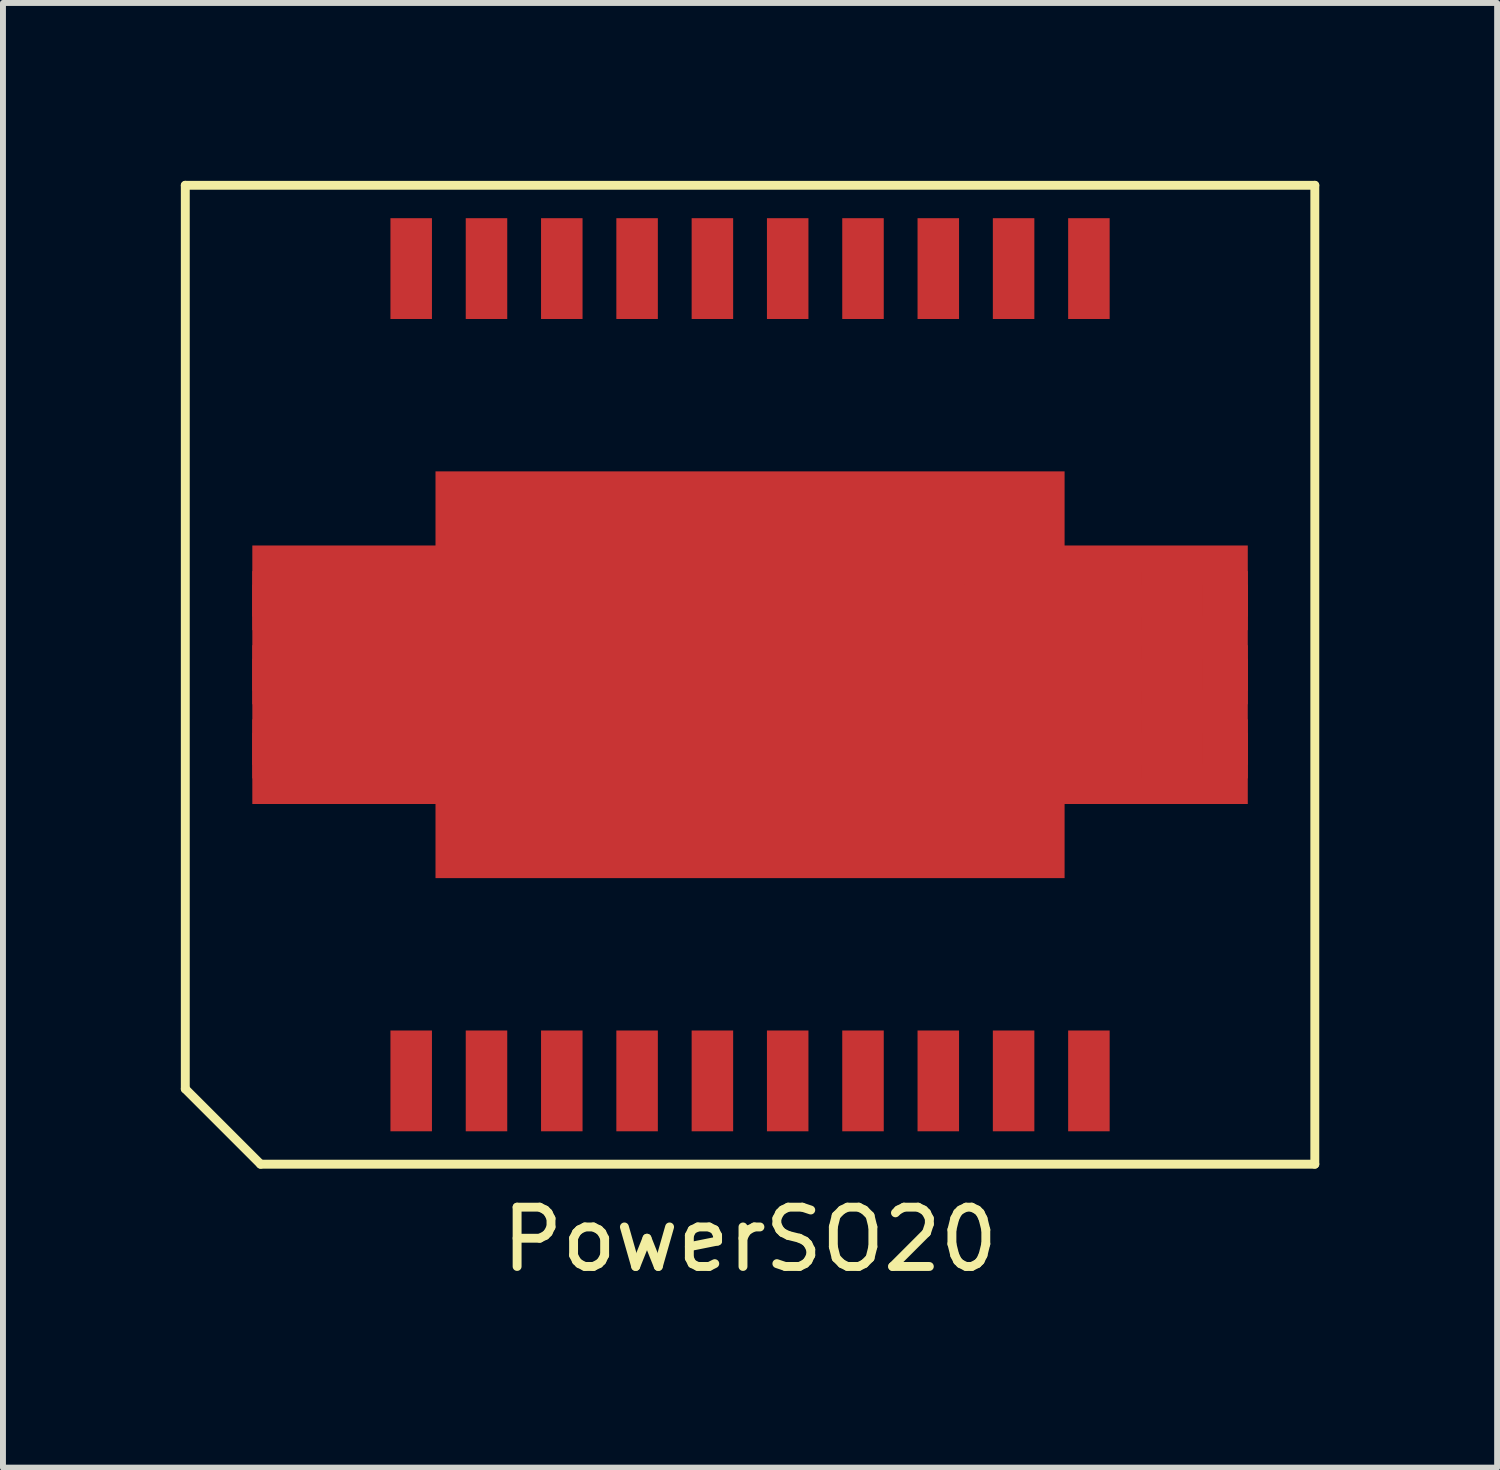
<source format=kicad_pcb>
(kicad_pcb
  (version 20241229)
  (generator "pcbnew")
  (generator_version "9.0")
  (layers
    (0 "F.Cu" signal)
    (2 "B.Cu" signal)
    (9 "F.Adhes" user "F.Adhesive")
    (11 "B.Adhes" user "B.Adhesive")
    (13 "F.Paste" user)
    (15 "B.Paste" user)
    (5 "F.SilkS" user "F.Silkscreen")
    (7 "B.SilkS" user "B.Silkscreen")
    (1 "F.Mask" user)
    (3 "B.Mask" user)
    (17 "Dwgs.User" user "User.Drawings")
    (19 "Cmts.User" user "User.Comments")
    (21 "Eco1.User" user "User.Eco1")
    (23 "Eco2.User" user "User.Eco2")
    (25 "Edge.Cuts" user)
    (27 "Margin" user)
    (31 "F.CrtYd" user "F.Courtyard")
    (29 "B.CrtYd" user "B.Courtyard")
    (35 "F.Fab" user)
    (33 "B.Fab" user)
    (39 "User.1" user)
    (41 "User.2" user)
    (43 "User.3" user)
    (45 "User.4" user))
  (footprint "PowerSO20"
    (layer "F.Cu")
    (at 9.6 8.33)
    (property "Reference" "PowerSO20" (at 0 9.525 0) (layer "F.SilkS") (effects (font (size 1 1) (thickness 0.15))))
    (attr through_hole)
    (fp_line (start -9.525 -8.255) (end 9.525 -8.255) (stroke (width 0.15) (type solid)) (layer "F.SilkS"))
    (fp_line (start -9.525 6.985) (end -9.525 -8.255) (stroke (width 0.15) (type solid)) (layer "F.SilkS"))
    (fp_line (start -8.255 8.255) (end -9.525 6.985) (stroke (width 0.15) (type solid)) (layer "F.SilkS"))
    (fp_line (start 9.525 -8.255) (end 9.525 8.255) (stroke (width 0.15) (type solid)) (layer "F.SilkS"))
    (fp_line (start 9.525 8.255) (end -8.255 8.255) (stroke (width 0.15) (type solid)) (layer "F.SilkS"))
    (pad "1" smd rect (at -5.715 6.85) (size 0.7 1.7) (layers "F.Cu" "F.Mask" "F.Paste"))
    (pad "2" smd rect (at -4.445 6.85) (size 0.7 1.7) (layers "F.Cu" "F.Mask" "F.Paste"))
    (pad "3" smd rect (at -3.175 6.85) (size 0.7 1.7) (layers "F.Cu" "F.Mask" "F.Paste"))
    (pad "4" smd rect (at -1.905 6.85) (size 0.7 1.7) (layers "F.Cu" "F.Mask" "F.Paste"))
    (pad "5" smd rect (at -0.635 6.85) (size 0.7 1.7) (layers "F.Cu" "F.Mask" "F.Paste"))
    (pad "6" smd rect (at 0.635 6.85) (size 0.7 1.7) (layers "F.Cu" "F.Mask" "F.Paste"))
    (pad "7" smd rect (at 1.905 6.85) (size 0.7 1.7) (layers "F.Cu" "F.Mask" "F.Paste"))
    (pad "8" smd rect (at 3.175 6.85) (size 0.7 1.7) (layers "F.Cu" "F.Mask" "F.Paste"))
    (pad "9" smd rect (at 4.445 6.85) (size 0.7 1.7) (layers "F.Cu" "F.Mask" "F.Paste"))
    (pad "10" smd rect (at 5.715 6.85) (size 0.7 1.7) (layers "F.Cu" "F.Mask" "F.Paste"))
    (pad "11" smd rect (at 5.715 -6.85) (size 0.7 1.7) (layers "F.Cu" "F.Mask" "F.Paste"))
    (pad "12" smd rect (at 4.445 -6.85) (size 0.7 1.7) (layers "F.Cu" "F.Mask" "F.Paste"))
    (pad "13" smd rect (at 3.175 -6.85) (size 0.7 1.7) (layers "F.Cu" "F.Mask" "F.Paste"))
    (pad "14" smd rect (at 1.905 -6.85) (size 0.7 1.7) (layers "F.Cu" "F.Mask" "F.Paste"))
    (pad "15" smd rect (at 0.635 -6.85) (size 0.7 1.7) (layers "F.Cu" "F.Mask" "F.Paste"))
    (pad "16" smd rect (at -0.635 -6.85) (size 0.7 1.7) (layers "F.Cu" "F.Mask" "F.Paste"))
    (pad "17" smd rect (at -1.905 -6.85) (size 0.7 1.7) (layers "F.Cu" "F.Mask" "F.Paste"))
    (pad "18" smd rect (at -3.175 -6.85) (size 0.7 1.7) (layers "F.Cu" "F.Mask" "F.Paste"))
    (pad "19" smd rect (at -4.445 -6.85) (size 0.7 1.7) (layers "F.Cu" "F.Mask" "F.Paste"))
    (pad "20" smd rect (at -5.715 -6.85) (size 0.7 1.7) (layers "F.Cu" "F.Mask" "F.Paste"))
    (pad "21" smd rect (at -8.125 -1.25 90) (size 0.996 0.539) (layers "F.Cu" "F.Mask" "F.Paste"))
    (pad "21" smd rect (at -8.125 0 90) (size 0.996 0.539) (layers "F.Cu" "F.Mask" "F.Paste"))
    (pad "21" smd rect (at -8.125 1.25 90) (size 0.996 0.539) (layers "F.Cu" "F.Mask" "F.Paste"))
    (pad "21" smd rect (at -8.011 -1.25) (size 0.767 0.539) (layers "F.Cu" "F.Mask" "F.Paste"))
    (pad "21" smd rect (at -8.011 0) (size 0.767 0.539) (layers "F.Cu" "F.Mask" "F.Paste"))
    (pad "21" smd rect (at -8.011 1.25) (size 0.767 0.539) (layers "F.Cu" "F.Mask" "F.Paste"))
    (pad "21" smd rect (at -6.875 -1.25) (size 0.996 0.539) (layers "F.Cu" "F.Mask" "F.Paste"))
    (pad "21" smd rect (at -6.875 -1.25 90) (size 0.996 0.539) (layers "F.Cu" "F.Mask" "F.Paste"))
    (pad "21" smd rect (at -6.875 0) (size 0.996 0.539) (layers "F.Cu" "F.Mask" "F.Paste"))
    (pad "21" smd rect (at -6.875 0 90) (size 0.996 0.539) (layers "F.Cu" "F.Mask" "F.Paste"))
    (pad "21" smd rect (at -6.875 1.25) (size 0.996 0.539) (layers "F.Cu" "F.Mask" "F.Paste"))
    (pad "21" smd rect (at -6.875 1.25 90) (size 0.996 0.539) (layers "F.Cu" "F.Mask" "F.Paste"))
    (pad "21" smd rect (at -5.625 -1.25 90) (size 0.996 0.539) (layers "F.Cu" "F.Mask" "F.Paste"))
    (pad "21" smd rect (at -5.625 -1.25) (size 0.996 0.539) (layers "F.Cu" "F.Mask" "F.Paste"))
    (pad "21" smd rect (at -5.625 0) (size 0.996 0.539) (layers "F.Cu" "F.Mask" "F.Paste"))
    (pad "21" smd rect (at -5.625 0 90) (size 0.996 0.539) (layers "F.Cu" "F.Mask" "F.Paste"))
    (pad "21" smd rect (at -5.625 1.25 90) (size 0.996 0.539) (layers "F.Cu" "F.Mask" "F.Paste"))
    (pad "21" smd rect (at -5.625 1.25) (size 0.996 0.539) (layers "F.Cu" "F.Mask" "F.Paste"))
    (pad "21" smd rect (at -4.375 -2.5) (size 0.996 0.539) (layers "F.Cu" "F.Mask" "F.Paste"))
    (pad "21" smd rect (at -4.375 -2.5 90) (size 0.996 0.539) (layers "F.Cu" "F.Mask" "F.Paste"))
    (pad "21" smd rect (at -4.375 -1.25) (size 0.996 0.539) (layers "F.Cu" "F.Mask" "F.Paste"))
    (pad "21" smd rect (at -4.375 -1.25 90) (size 0.996 0.539) (layers "F.Cu" "F.Mask" "F.Paste"))
    (pad "21" smd rect (at -4.375 0 90) (size 0.996 0.539) (layers "F.Cu" "F.Mask" "F.Paste"))
    (pad "21" smd rect (at -4.375 0) (size 0.996 0.539) (layers "F.Cu" "F.Mask" "F.Paste"))
    (pad "21" smd rect (at -4.375 1.25) (size 0.996 0.539) (layers "F.Cu" "F.Mask" "F.Paste"))
    (pad "21" smd rect (at -4.375 1.25 90) (size 0.996 0.539) (layers "F.Cu" "F.Mask" "F.Paste"))
    (pad "21" smd rect (at -4.375 2.5 90) (size 0.996 0.539) (layers "F.Cu" "F.Mask" "F.Paste"))
    (pad "21" smd rect (at -4.375 2.5) (size 0.996 0.539) (layers "F.Cu" "F.Mask" "F.Paste"))
    (pad "21" smd rect (at -3.125 -2.5 90) (size 0.996 0.539) (layers "F.Cu" "F.Mask" "F.Paste"))
    (pad "21" smd rect (at -3.125 -2.5) (size 0.996 0.539) (layers "F.Cu" "F.Mask" "F.Paste"))
    (pad "21" smd rect (at -3.125 -1.25) (size 0.996 0.539) (layers "F.Cu" "F.Mask" "F.Paste"))
    (pad "21" smd rect (at -3.125 -1.25 90) (size 0.996 0.539) (layers "F.Cu" "F.Mask" "F.Paste"))
    (pad "21" smd rect (at -3.125 0) (size 0.996 0.539) (layers "F.Cu" "F.Mask" "F.Paste"))
    (pad "21" smd rect (at -3.125 0 90) (size 0.996 0.539) (layers "F.Cu" "F.Mask" "F.Paste"))
    (pad "21" smd rect (at -3.125 1.25) (size 0.996 0.539) (layers "F.Cu" "F.Mask" "F.Paste"))
    (pad "21" smd rect (at -3.125 1.25 90) (size 0.996 0.539) (layers "F.Cu" "F.Mask" "F.Paste"))
    (pad "21" smd rect (at -3.125 2.5 90) (size 0.996 0.539) (layers "F.Cu" "F.Mask" "F.Paste"))
    (pad "21" smd rect (at -3.125 2.5) (size 0.996 0.539) (layers "F.Cu" "F.Mask" "F.Paste"))
    (pad "21" smd rect (at -1.875 -2.5) (size 0.996 0.539) (layers "F.Cu" "F.Mask" "F.Paste"))
    (pad "21" smd rect (at -1.875 -2.5 90) (size 0.996 0.539) (layers "F.Cu" "F.Mask" "F.Paste"))
    (pad "21" smd rect (at -1.875 -1.25) (size 0.996 0.539) (layers "F.Cu" "F.Mask" "F.Paste"))
    (pad "21" smd rect (at -1.875 -1.25 90) (size 0.996 0.539) (layers "F.Cu" "F.Mask" "F.Paste"))
    (pad "21" smd rect (at -1.875 0) (size 0.996 0.539) (layers "F.Cu" "F.Mask" "F.Paste"))
    (pad "21" smd rect (at -1.875 0 90) (size 0.996 0.539) (layers "F.Cu" "F.Mask" "F.Paste"))
    (pad "21" smd rect (at -1.875 1.25) (size 0.996 0.539) (layers "F.Cu" "F.Mask" "F.Paste"))
    (pad "21" smd rect (at -1.875 1.25 90) (size 0.996 0.539) (layers "F.Cu" "F.Mask" "F.Paste"))
    (pad "21" smd rect (at -1.875 2.5) (size 0.996 0.539) (layers "F.Cu" "F.Mask" "F.Paste"))
    (pad "21" smd rect (at -1.875 2.5 90) (size 0.996 0.539) (layers "F.Cu" "F.Mask" "F.Paste"))
    (pad "21" smd rect (at -0.625 -2.5 90) (size 0.996 0.539) (layers "F.Cu" "F.Mask" "F.Paste"))
    (pad "21" smd rect (at -0.625 -2.5) (size 0.996 0.539) (layers "F.Cu" "F.Mask" "F.Paste"))
    (pad "21" smd rect (at -0.625 -1.25 90) (size 0.996 0.539) (layers "F.Cu" "F.Mask" "F.Paste"))
    (pad "21" smd rect (at -0.625 -1.25) (size 0.996 0.539) (layers "F.Cu" "F.Mask" "F.Paste"))
    (pad "21" smd rect (at -0.625 0 90) (size 0.996 0.539) (layers "F.Cu" "F.Mask" "F.Paste"))
    (pad "21" smd rect (at -0.625 0) (size 0.996 0.539) (layers "F.Cu" "F.Mask" "F.Paste"))
    (pad "21" smd rect (at -0.625 1.25 90) (size 0.996 0.539) (layers "F.Cu" "F.Mask" "F.Paste"))
    (pad "21" smd rect (at -0.625 1.25) (size 0.996 0.539) (layers "F.Cu" "F.Mask" "F.Paste"))
    (pad "21" smd rect (at -0.625 2.5 90) (size 0.996 0.539) (layers "F.Cu" "F.Mask" "F.Paste"))
    (pad "21" smd rect (at -0.625 2.5) (size 0.996 0.539) (layers "F.Cu" "F.Mask" "F.Paste"))
    (pad "21" smd rect (at 0 0) (size 10.61 6.86) (layers "F.Cu"))
    (pad "21" smd rect (at 0 0) (size 16.789 4.36) (layers "F.Cu"))
    (pad "21" smd rect (at 0.625 -2.5) (size 0.996 0.539) (layers "F.Cu" "F.Mask" "F.Paste"))
    (pad "21" smd rect (at 0.625 -2.5 90) (size 0.996 0.539) (layers "F.Cu" "F.Mask" "F.Paste"))
    (pad "21" smd rect (at 0.625 -1.25) (size 0.996 0.539) (layers "F.Cu" "F.Mask" "F.Paste"))
    (pad "21" smd rect (at 0.625 -1.25 90) (size 0.996 0.539) (layers "F.Cu" "F.Mask" "F.Paste"))
    (pad "21" smd rect (at 0.625 0 90) (size 0.996 0.539) (layers "F.Cu" "F.Mask" "F.Paste"))
    (pad "21" smd rect (at 0.625 0) (size 0.996 0.539) (layers "F.Cu" "F.Mask" "F.Paste"))
    (pad "21" smd rect (at 0.625 1.25 90) (size 0.996 0.539) (layers "F.Cu" "F.Mask" "F.Paste"))
    (pad "21" smd rect (at 0.625 1.25) (size 0.996 0.539) (layers "F.Cu" "F.Mask" "F.Paste"))
    (pad "21" smd rect (at 0.625 2.5) (size 0.996 0.539) (layers "F.Cu" "F.Mask" "F.Paste"))
    (pad "21" smd rect (at 0.625 2.5 90) (size 0.996 0.539) (layers "F.Cu" "F.Mask" "F.Paste"))
    (pad "21" smd rect (at 1.875 -2.5 90) (size 0.996 0.539) (layers "F.Cu" "F.Mask" "F.Paste"))
    (pad "21" smd rect (at 1.875 -2.5) (size 0.996 0.539) (layers "F.Cu" "F.Mask" "F.Paste"))
    (pad "21" smd rect (at 1.875 -1.25) (size 0.996 0.539) (layers "F.Cu" "F.Mask" "F.Paste"))
    (pad "21" smd rect (at 1.875 -1.25 90) (size 0.996 0.539) (layers "F.Cu" "F.Mask" "F.Paste"))
    (pad "21" smd rect (at 1.875 0 90) (size 0.996 0.539) (layers "F.Cu" "F.Mask" "F.Paste"))
    (pad "21" smd rect (at 1.875 0) (size 0.996 0.539) (layers "F.Cu" "F.Mask" "F.Paste"))
    (pad "21" smd rect (at 1.875 1.25) (size 0.996 0.539) (layers "F.Cu" "F.Mask" "F.Paste"))
    (pad "21" smd rect (at 1.875 1.25 90) (size 0.996 0.539) (layers "F.Cu" "F.Mask" "F.Paste"))
    (pad "21" smd rect (at 1.875 2.5 90) (size 0.996 0.539) (layers "F.Cu" "F.Mask" "F.Paste"))
    (pad "21" smd rect (at 1.875 2.5) (size 0.996 0.539) (layers "F.Cu" "F.Mask" "F.Paste"))
    (pad "21" smd rect (at 3.125 -2.5 90) (size 0.996 0.539) (layers "F.Cu" "F.Mask" "F.Paste"))
    (pad "21" smd rect (at 3.125 -2.5) (size 0.996 0.539) (layers "F.Cu" "F.Mask" "F.Paste"))
    (pad "21" smd rect (at 3.125 -1.25) (size 0.996 0.539) (layers "F.Cu" "F.Mask" "F.Paste"))
    (pad "21" smd rect (at 3.125 -1.25 90) (size 0.996 0.539) (layers "F.Cu" "F.Mask" "F.Paste"))
    (pad "21" smd rect (at 3.125 0) (size 0.996 0.539) (layers "F.Cu" "F.Mask" "F.Paste"))
    (pad "21" smd rect (at 3.125 0 90) (size 0.996 0.539) (layers "F.Cu" "F.Mask" "F.Paste"))
    (pad "21" smd rect (at 3.125 1.25 90) (size 0.996 0.539) (layers "F.Cu" "F.Mask" "F.Paste"))
    (pad "21" smd rect (at 3.125 1.25) (size 0.996 0.539) (layers "F.Cu" "F.Mask" "F.Paste"))
    (pad "21" smd rect (at 3.125 2.5 90) (size 0.996 0.539) (layers "F.Cu" "F.Mask" "F.Paste"))
    (pad "21" smd rect (at 3.125 2.5) (size 0.996 0.539) (layers "F.Cu" "F.Mask" "F.Paste"))
    (pad "21" smd rect (at 4.375 -2.5 90) (size 0.996 0.539) (layers "F.Cu" "F.Mask" "F.Paste"))
    (pad "21" smd rect (at 4.375 -2.5) (size 0.996 0.539) (layers "F.Cu" "F.Mask" "F.Paste"))
    (pad "21" smd rect (at 4.375 -1.25 90) (size 0.996 0.539) (layers "F.Cu" "F.Mask" "F.Paste"))
    (pad "21" smd rect (at 4.375 -1.25) (size 0.996 0.539) (layers "F.Cu" "F.Mask" "F.Paste"))
    (pad "21" smd rect (at 4.375 0) (size 0.996 0.539) (layers "F.Cu" "F.Mask" "F.Paste"))
    (pad "21" smd rect (at 4.375 0 90) (size 0.996 0.539) (layers "F.Cu" "F.Mask" "F.Paste"))
    (pad "21" smd rect (at 4.375 1.25 90) (size 0.996 0.539) (layers "F.Cu" "F.Mask" "F.Paste"))
    (pad "21" smd rect (at 4.375 1.25) (size 0.996 0.539) (layers "F.Cu" "F.Mask" "F.Paste"))
    (pad "21" smd rect (at 4.375 2.5 90) (size 0.996 0.539) (layers "F.Cu" "F.Mask" "F.Paste"))
    (pad "21" smd rect (at 4.375 2.5) (size 0.996 0.539) (layers "F.Cu" "F.Mask" "F.Paste"))
    (pad "21" smd rect (at 5.625 -1.25) (size 0.996 0.539) (layers "F.Cu" "F.Mask" "F.Paste"))
    (pad "21" smd rect (at 5.625 -1.25 90) (size 0.996 0.539) (layers "F.Cu" "F.Mask" "F.Paste"))
    (pad "21" smd rect (at 5.625 0 90) (size 0.996 0.539) (layers "F.Cu" "F.Mask" "F.Paste"))
    (pad "21" smd rect (at 5.625 0) (size 0.996 0.539) (layers "F.Cu" "F.Mask" "F.Paste"))
    (pad "21" smd rect (at 5.625 1.25) (size 0.996 0.539) (layers "F.Cu" "F.Mask" "F.Paste"))
    (pad "21" smd rect (at 5.625 1.25 90) (size 0.996 0.539) (layers "F.Cu" "F.Mask" "F.Paste"))
    (pad "21" smd rect (at 6.875 -1.25 90) (size 0.996 0.539) (layers "F.Cu" "F.Mask" "F.Paste"))
    (pad "21" smd rect (at 6.875 -1.25) (size 0.996 0.539) (layers "F.Cu" "F.Mask" "F.Paste"))
    (pad "21" smd rect (at 6.875 0 90) (size 0.996 0.539) (layers "F.Cu" "F.Mask" "F.Paste"))
    (pad "21" smd rect (at 6.875 0) (size 0.996 0.539) (layers "F.Cu" "F.Mask" "F.Paste"))
    (pad "21" smd rect (at 6.875 1.25 90) (size 0.996 0.539) (layers "F.Cu" "F.Mask" "F.Paste"))
    (pad "21" smd rect (at 6.875 1.25) (size 0.996 0.539) (layers "F.Cu" "F.Mask" "F.Paste"))
    (pad "21" smd rect (at 8.011 -1.25) (size 0.767 0.539) (layers "F.Cu" "F.Mask" "F.Paste"))
    (pad "21" smd rect (at 8.011 0) (size 0.767 0.539) (layers "F.Cu" "F.Mask" "F.Paste"))
    (pad "21" smd rect (at 8.011 1.25) (size 0.767 0.539) (layers "F.Cu" "F.Mask" "F.Paste"))
    (pad "21" smd rect (at 8.125 -1.25 90) (size 0.996 0.539) (layers "F.Cu" "F.Mask" "F.Paste"))
    (pad "21" smd rect (at 8.125 0 90) (size 0.996 0.539) (layers "F.Cu" "F.Mask" "F.Paste"))
    (pad "21" smd rect (at 8.125 1.25 90) (size 0.996 0.539) (layers "F.Cu" "F.Mask" "F.Paste")))
  (gr_rect
    (start -3 -3)
    (end 22.2 21.703)
    (stroke (width 0.1) (type default))
    (fill no)
    (layer "Edge.Cuts")))
</source>
